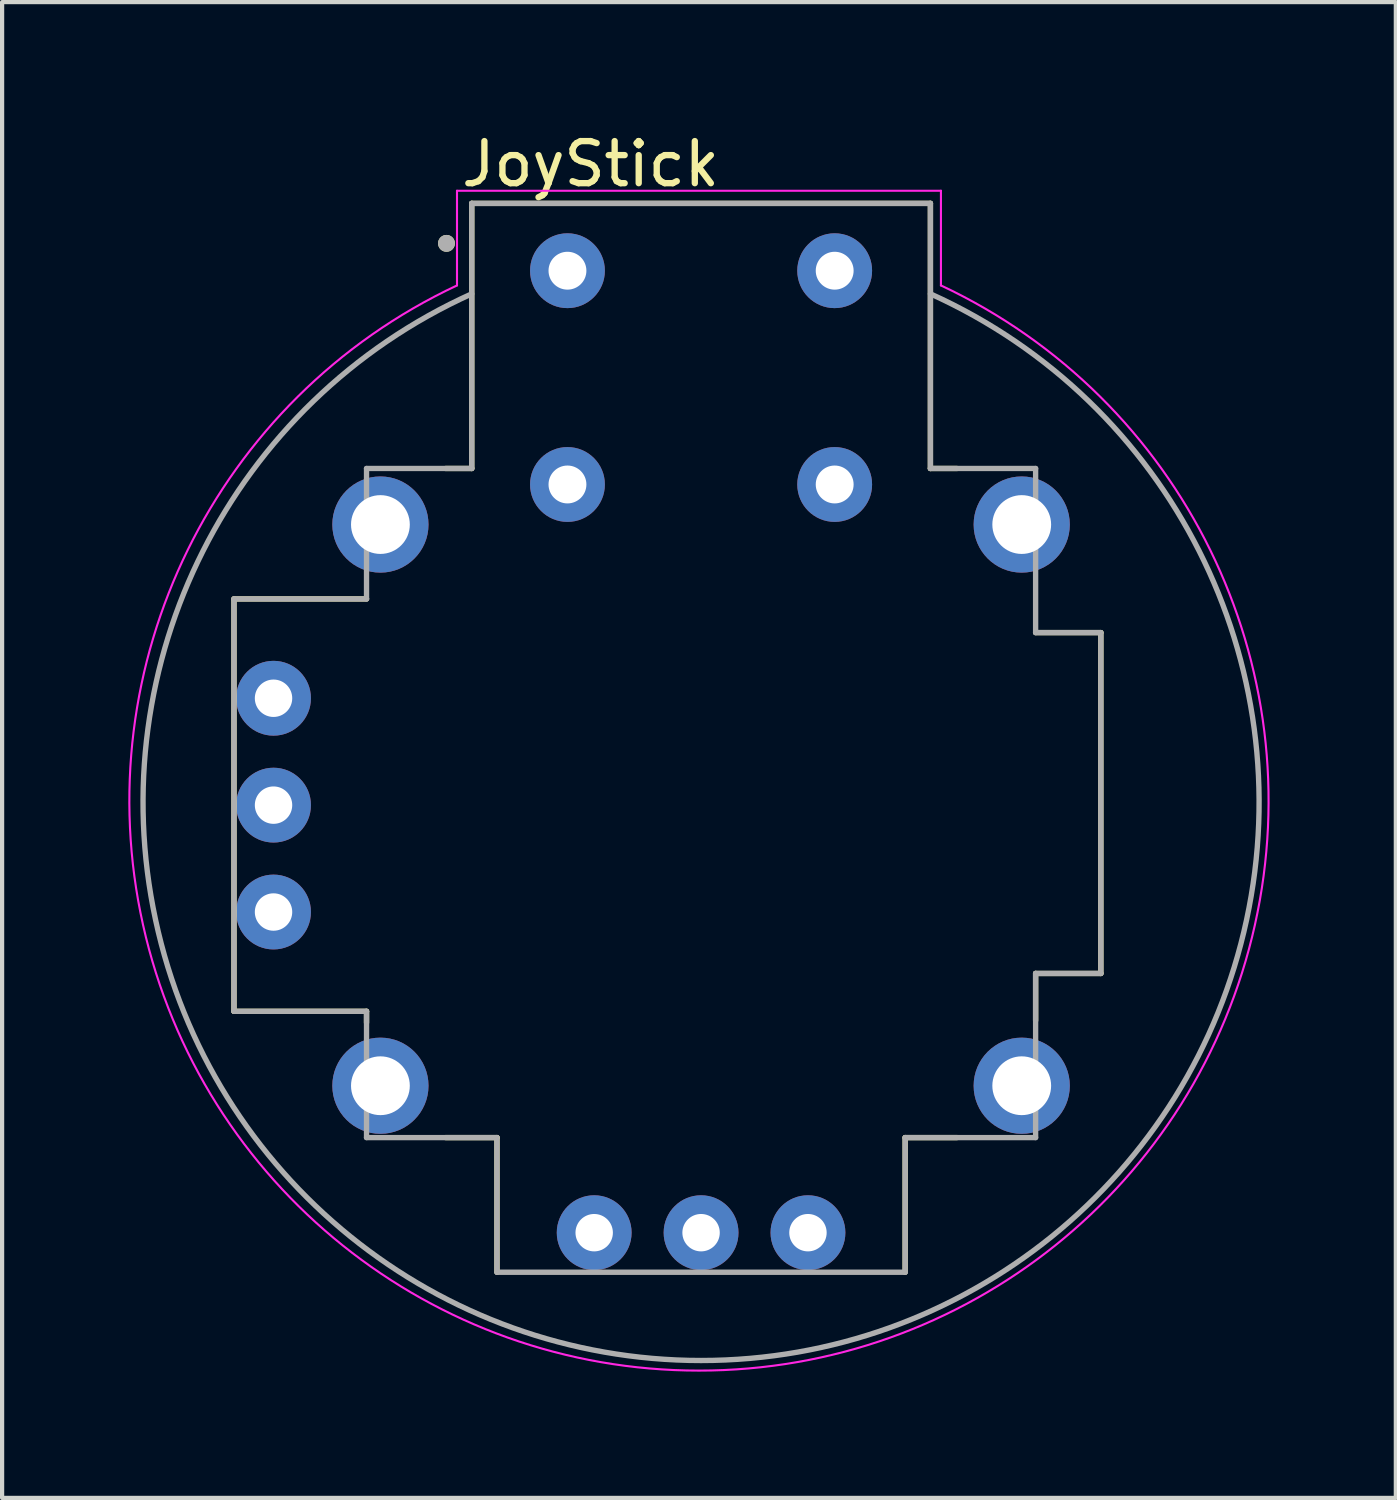
<source format=kicad_pcb>
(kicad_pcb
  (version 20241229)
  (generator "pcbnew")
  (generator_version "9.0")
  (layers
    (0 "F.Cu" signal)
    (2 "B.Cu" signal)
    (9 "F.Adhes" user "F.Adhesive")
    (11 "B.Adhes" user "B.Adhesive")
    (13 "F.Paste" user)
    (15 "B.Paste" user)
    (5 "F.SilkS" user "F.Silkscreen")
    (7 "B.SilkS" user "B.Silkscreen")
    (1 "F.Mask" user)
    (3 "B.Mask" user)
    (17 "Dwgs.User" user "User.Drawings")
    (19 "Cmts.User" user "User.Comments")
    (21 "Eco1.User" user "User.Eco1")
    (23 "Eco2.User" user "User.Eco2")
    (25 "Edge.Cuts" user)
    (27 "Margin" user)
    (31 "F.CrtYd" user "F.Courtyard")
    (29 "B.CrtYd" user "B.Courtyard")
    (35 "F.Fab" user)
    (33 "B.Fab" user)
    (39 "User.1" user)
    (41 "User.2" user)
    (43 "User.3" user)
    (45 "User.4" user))
  (footprint "JoyStick"
    (layer "F.Cu")
    (at 13.61 16.083)
    (property "Reference" "JoyStick" (at -2.625 -15.235 0) (layer "F.SilkS") (effects (font (size 1 1) (thickness 0.15))))
    (attr through_hole)
    (fp_line (start -11.1 -4.9) (end -7.95 -4.9) (stroke (width 0.127) (type solid)) (layer "F.SilkS"))
    (fp_line (start -11.1 4.9) (end -11.1 -4.9) (stroke (width 0.127) (type solid)) (layer "F.SilkS"))
    (fp_line (start -7.95 4.9) (end -11.1 4.9) (stroke (width 0.127) (type solid)) (layer "F.SilkS"))
    (fp_line (start -7.95 5.17) (end -7.95 4.9) (stroke (width 0.127) (type solid)) (layer "F.SilkS"))
    (fp_line (start -6.07 -8) (end -5.45 -8) (stroke (width 0.127) (type solid)) (layer "F.SilkS"))
    (fp_line (start -5.45 -14.3) (end 5.45 -14.3) (stroke (width 0.127) (type solid)) (layer "F.SilkS"))
    (fp_line (start -5.45 -8) (end -5.45 -14.3) (stroke (width 0.127) (type solid)) (layer "F.SilkS"))
    (fp_line (start -4.85 7.9) (end -6.07 7.9) (stroke (width 0.127) (type solid)) (layer "F.SilkS"))
    (fp_line (start -4.85 11.1) (end -4.85 7.9) (stroke (width 0.127) (type solid)) (layer "F.SilkS"))
    (fp_line (start 4.85 7.9) (end 4.85 11.1) (stroke (width 0.127) (type solid)) (layer "F.SilkS"))
    (fp_line (start 5.45 -14.3) (end 5.45 -8) (stroke (width 0.127) (type solid)) (layer "F.SilkS"))
    (fp_line (start 5.45 -8) (end 6.08 -8) (stroke (width 0.127) (type solid)) (layer "F.SilkS"))
    (fp_line (start 6.08 7.9) (end 4.85 7.9) (stroke (width 0.127) (type solid)) (layer "F.SilkS"))
    (fp_line (start 7.95 -4.1) (end 9.5 -4.1) (stroke (width 0.127) (type solid)) (layer "F.SilkS"))
    (fp_line (start 7.95 4) (end 7.95 5.12) (stroke (width 0.127) (type solid)) (layer "F.SilkS"))
    (fp_line (start 9.5 -4.1) (end 9.5 4) (stroke (width 0.127) (type solid)) (layer "F.SilkS"))
    (fp_line (start 9.5 4) (end 7.95 4) (stroke (width 0.127) (type solid)) (layer "F.SilkS"))
    (fp_circle (center -6.05 -13.35) (end -5.95 -13.35) (stroke (width 0.2) (type solid)) (fill no) (layer "F.SilkS"))
    (fp_line (start -5.8 -14.6) (end 5.7 -14.6) (stroke (width 0.05) (type solid)) (layer "F.CrtYd"))
    (fp_line (start -5.8 -12.35) (end -5.8 -14.6) (stroke (width 0.05) (type solid)) (layer "F.CrtYd"))
    (fp_line (start 5.7 -14.6) (end 5.7 -12.35) (stroke (width 0.05) (type solid)) (layer "F.CrtYd"))
    (fp_arc (start 5.7 -12.35) (mid -0.05 13.437438) (end -5.8 -12.35) (stroke (width 0.05) (type solid)) (layer "F.CrtYd"))
    (fp_line (start -11.1 -4.9) (end -11.1 4.9) (stroke (width 0.127) (type solid)) (layer "F.Fab"))
    (fp_line (start -7.95 -4.9) (end -11.1 -4.9) (stroke (width 0.127) (type solid)) (layer "F.Fab"))
    (fp_line (start -7.95 -4.9) (end -7.95 -8) (stroke (width 0.127) (type solid)) (layer "F.Fab"))
    (fp_line (start -7.95 4.9) (end -11.1 4.9) (stroke (width 0.127) (type solid)) (layer "F.Fab"))
    (fp_line (start -7.95 4.9) (end -7.95 7.9) (stroke (width 0.127) (type solid)) (layer "F.Fab"))
    (fp_line (start -5.45 -14.3) (end -5.45 -8) (stroke (width 0.127) (type solid)) (layer "F.Fab"))
    (fp_line (start -5.45 -8) (end -7.95 -8) (stroke (width 0.127) (type solid)) (layer "F.Fab"))
    (fp_line (start -4.85 7.9) (end -7.95 7.9) (stroke (width 0.127) (type solid)) (layer "F.Fab"))
    (fp_line (start -4.85 11.1) (end -4.85 7.9) (stroke (width 0.127) (type solid)) (layer "F.Fab"))
    (fp_line (start 4.85 7.9) (end 7.95 7.9) (stroke (width 0.127) (type solid)) (layer "F.Fab"))
    (fp_line (start 4.85 11.1) (end -4.85 11.1) (stroke (width 0.127) (type solid)) (layer "F.Fab"))
    (fp_line (start 4.85 11.1) (end 4.85 7.9) (stroke (width 0.127) (type solid)) (layer "F.Fab"))
    (fp_line (start 5.45 -14.3) (end -5.45 -14.3) (stroke (width 0.127) (type solid)) (layer "F.Fab"))
    (fp_line (start 5.45 -14.3) (end 5.45 -8) (stroke (width 0.127) (type solid)) (layer "F.Fab"))
    (fp_line (start 7.95 -8) (end 5.45 -8) (stroke (width 0.127) (type solid)) (layer "F.Fab"))
    (fp_line (start 7.95 -4.1) (end 7.95 -8) (stroke (width 0.127) (type solid)) (layer "F.Fab"))
    (fp_line (start 7.95 -4.1) (end 9.5 -4.1) (stroke (width 0.127) (type solid)) (layer "F.Fab"))
    (fp_line (start 7.95 4) (end 7.95 7.9) (stroke (width 0.127) (type solid)) (layer "F.Fab"))
    (fp_line (start 7.95 4) (end 9.5 4) (stroke (width 0.127) (type solid)) (layer "F.Fab"))
    (fp_line (start 9.5 -4.1) (end 9.5 4) (stroke (width 0.127) (type solid)) (layer "F.Fab"))
    (fp_arc (start 5.45 -12.15) (mid 0 13.197504) (end -5.45 -12.15) (stroke (width 0.127) (type solid)) (layer "F.Fab"))
    (fp_circle (center -6.05 -13.35) (end -5.95 -13.35) (stroke (width 0.2) (type solid)) (fill no) (layer "F.Fab"))
    (pad "H" thru_hole circle (at 0 10.16) (size 1.778 1.778) (drill 0.889) (layers "*.Cu" "*.Mask"))
    (pad "H+" thru_hole circle (at 2.54 10.16) (size 1.778 1.778) (drill 0.889) (layers "*.Cu" "*.Mask"))
    (pad "H-" thru_hole circle (at -2.54 10.16) (size 1.778 1.778) (drill 0.889) (layers "*.Cu" "*.Mask"))
    (pad "S1" thru_hole circle (at -3.175 -12.7) (size 1.778 1.778) (drill 0.9) (layers "*.Cu" "*.Mask"))
    (pad "S1" thru_hole circle (at 3.175 -12.7) (size 1.778 1.778) (drill 0.9) (layers "*.Cu" "*.Mask"))
    (pad "S2" thru_hole circle (at -3.175 -7.62) (size 1.778 1.778) (drill 0.9) (layers "*.Cu" "*.Mask"))
    (pad "S2" thru_hole circle (at 3.175 -7.62) (size 1.778 1.778) (drill 0.9) (layers "*.Cu" "*.Mask"))
    (pad "SH" thru_hole circle (at -7.62 -6.668) (size 2.286 2.286) (drill 1.397) (layers "*.Cu" "*.Mask"))
    (pad "SH" thru_hole circle (at -7.62 6.668) (size 2.286 2.286) (drill 1.397) (layers "*.Cu" "*.Mask"))
    (pad "SH" thru_hole circle (at 7.62 -6.668) (size 2.286 2.286) (drill 1.397) (layers "*.Cu" "*.Mask"))
    (pad "SH" thru_hole circle (at 7.62 6.668) (size 2.286 2.286) (drill 1.397) (layers "*.Cu" "*.Mask"))
    (pad "V" thru_hole circle (at -10.16 0) (size 1.778 1.778) (drill 0.889) (layers "*.Cu" "*.Mask"))
    (pad "V+" thru_hole circle (at -10.16 -2.54) (size 1.778 1.778) (drill 0.889) (layers "*.Cu" "*.Mask"))
    (pad "V-" thru_hole circle (at -10.16 2.54) (size 1.778 1.778) (drill 0.889) (layers "*.Cu" "*.Mask")))
  (gr_rect
    (start -3 -3)
    (end 30.12 32.546)
    (stroke (width 0.1) (type default))
    (fill no)
    (layer "Edge.Cuts")))
</source>
